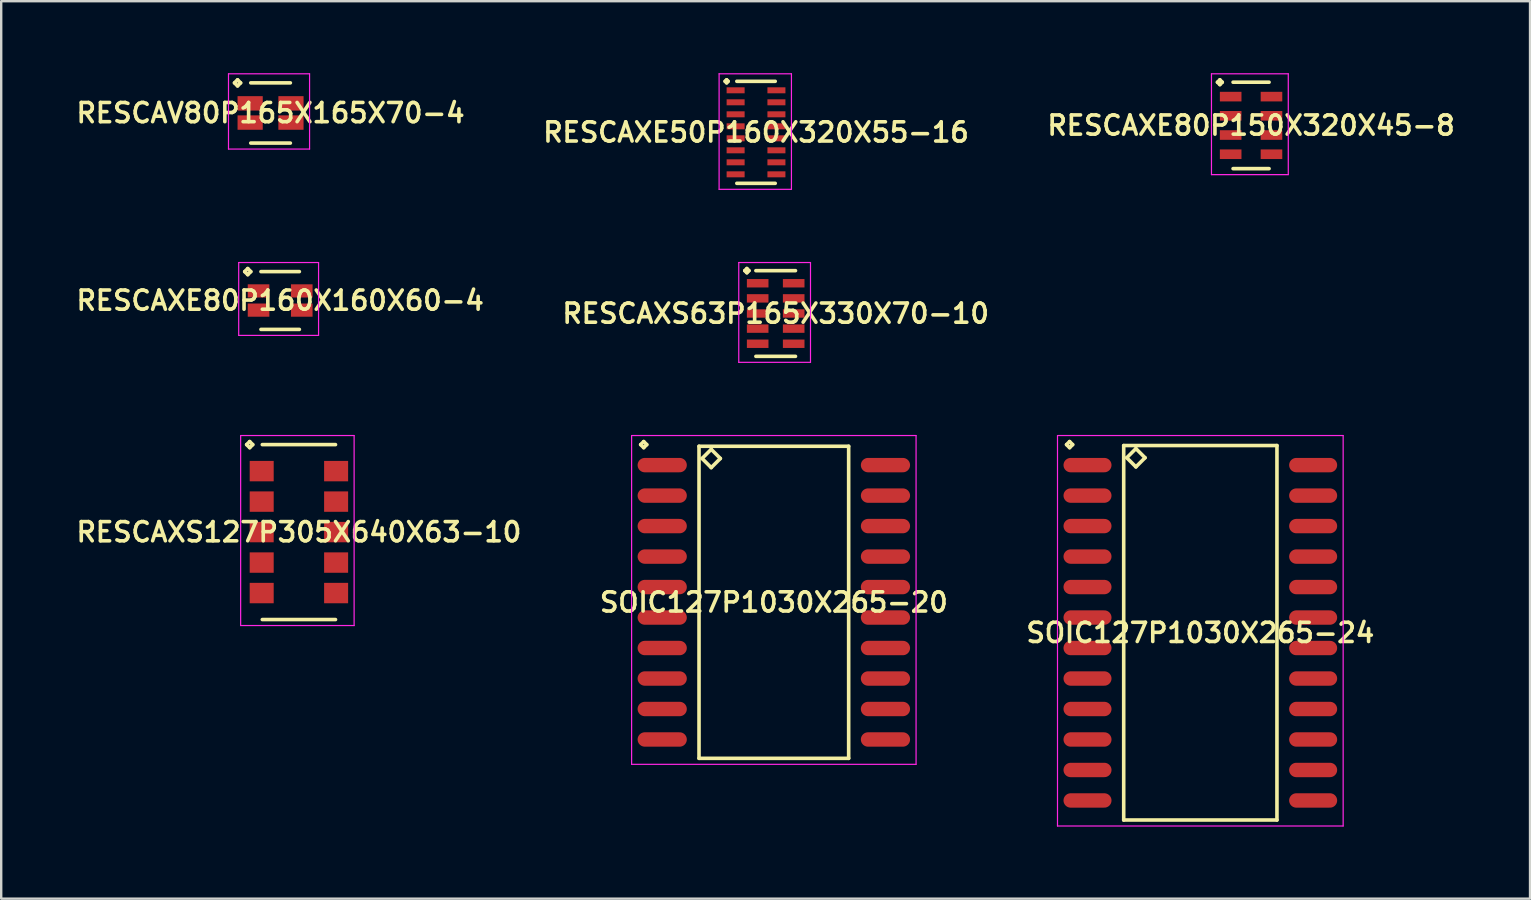
<source format=kicad_pcb>
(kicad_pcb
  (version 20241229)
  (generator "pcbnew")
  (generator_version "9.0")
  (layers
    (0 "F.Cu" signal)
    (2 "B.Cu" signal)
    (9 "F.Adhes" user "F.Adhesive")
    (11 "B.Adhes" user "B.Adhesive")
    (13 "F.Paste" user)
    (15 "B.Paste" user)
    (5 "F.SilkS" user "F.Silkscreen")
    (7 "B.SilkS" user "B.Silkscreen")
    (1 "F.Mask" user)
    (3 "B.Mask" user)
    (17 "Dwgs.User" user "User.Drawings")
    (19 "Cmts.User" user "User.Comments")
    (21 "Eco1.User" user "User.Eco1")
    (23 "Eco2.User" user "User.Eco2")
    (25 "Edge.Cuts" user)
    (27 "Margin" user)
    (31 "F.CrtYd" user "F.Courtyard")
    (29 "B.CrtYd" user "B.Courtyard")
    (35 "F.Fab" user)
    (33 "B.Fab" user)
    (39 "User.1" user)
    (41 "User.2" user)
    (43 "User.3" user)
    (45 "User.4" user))
  (footprint "RESCAXE80P150X320X45-8"
    (layer "F.Cu")
    (at 49.068 2.175)
    (property "Reference" "RESCAXE80P150X320X45-8" (at 0 0 0) (layer "F.SilkS") (effects (font (size 0.8 0.8) (thickness 0.15))))
    (attr smd)
    (fp_line (start -1.4 -1.8) (end -1.3 -1.9) (stroke (width 0.15) (type solid)) (layer "F.SilkS"))
    (fp_line (start -1.3 -1.9) (end -1.2 -1.8) (stroke (width 0.15) (type solid)) (layer "F.SilkS"))
    (fp_line (start -1.3 -1.7) (end -1.4 -1.8) (stroke (width 0.15) (type solid)) (layer "F.SilkS"))
    (fp_line (start -1.2 -1.8) (end -1.3 -1.7) (stroke (width 0.15) (type solid)) (layer "F.SilkS"))
    (fp_line (start -0.75 -1.8) (end 0.75 -1.8) (stroke (width 0.15) (type solid)) (layer "F.SilkS"))
    (fp_line (start -0.75 1.8) (end 0.75 1.8) (stroke (width 0.15) (type solid)) (layer "F.SilkS"))
    (fp_line (start -1.65 -2.15) (end 1.55 -2.15) (stroke (width 0.05) (type solid)) (layer "F.CrtYd"))
    (fp_line (start -1.65 2.05) (end -1.65 -2.15) (stroke (width 0.05) (type solid)) (layer "F.CrtYd"))
    (fp_line (start 1.55 -2.15) (end 1.55 2.05) (stroke (width 0.05) (type solid)) (layer "F.CrtYd"))
    (fp_line (start 1.55 2.05) (end -1.65 2.05) (stroke (width 0.05) (type solid)) (layer "F.CrtYd"))
    (pad "1" smd rect (at -0.85 -1.2) (size 0.9 0.4) (layers "F.Cu" "F.Mask" "F.Paste"))
    (pad "2" smd rect (at -0.85 -0.4) (size 0.9 0.4) (layers "F.Cu" "F.Mask" "F.Paste"))
    (pad "3" smd rect (at -0.85 0.4) (size 0.9 0.4) (layers "F.Cu" "F.Mask" "F.Paste"))
    (pad "4" smd rect (at -0.85 1.2) (size 0.9 0.4) (layers "F.Cu" "F.Mask" "F.Paste"))
    (pad "5" smd rect (at 0.85 1.2) (size 0.9 0.4) (layers "F.Cu" "F.Mask" "F.Paste"))
    (pad "6" smd rect (at 0.85 0.4) (size 0.9 0.4) (layers "F.Cu" "F.Mask" "F.Paste"))
    (pad "7" smd rect (at 0.85 -0.4) (size 0.9 0.4) (layers "F.Cu" "F.Mask" "F.Paste"))
    (pad "8" smd rect (at 0.85 -1.2) (size 0.9 0.4) (layers "F.Cu" "F.Mask" "F.Paste")))
  (footprint "RESCAXE80P160X160X60-4"
    (layer "F.Cu")
    (at 8.621 9.469)
    (property "Reference" "RESCAXE80P160X160X60-4" (at 0 0 0) (layer "F.SilkS") (effects (font (size 0.8 0.8) (thickness 0.15))))
    (attr smd)
    (fp_line (start -1.477 -1.204) (end -1.35 -1.331) (stroke (width 0.15) (type solid)) (layer "F.SilkS"))
    (fp_line (start -1.35 -1.331) (end -1.223 -1.204) (stroke (width 0.15) (type solid)) (layer "F.SilkS"))
    (fp_line (start -1.35 -1.077) (end -1.477 -1.204) (stroke (width 0.15) (type solid)) (layer "F.SilkS"))
    (fp_line (start -1.223 -1.204) (end -1.35 -1.077) (stroke (width 0.15) (type solid)) (layer "F.SilkS"))
    (fp_line (start -0.8 -1.204) (end 0.8 -1.204) (stroke (width 0.15) (type solid)) (layer "F.SilkS"))
    (fp_line (start -0.8 1.204) (end 0.8 1.204) (stroke (width 0.15) (type solid)) (layer "F.SilkS"))
    (fp_line (start -1.727 -1.581) (end 1.6 -1.581) (stroke (width 0.05) (type solid)) (layer "F.CrtYd"))
    (fp_line (start -1.727 1.454) (end -1.727 -1.581) (stroke (width 0.05) (type solid)) (layer "F.CrtYd"))
    (fp_line (start 1.6 -1.581) (end 1.6 1.454) (stroke (width 0.05) (type solid)) (layer "F.CrtYd"))
    (fp_line (start 1.6 1.454) (end -1.727 1.454) (stroke (width 0.05) (type solid)) (layer "F.CrtYd"))
    (pad "1" smd rect (at -0.9 -0.4) (size 0.9 0.55) (layers "F.Cu" "F.Mask" "F.Paste"))
    (pad "2" smd rect (at -0.9 0.4) (size 0.9 0.55) (layers "F.Cu" "F.Mask" "F.Paste"))
    (pad "3" smd rect (at 0.9 0.4) (size 0.9 0.55) (layers "F.Cu" "F.Mask" "F.Paste"))
    (pad "4" smd rect (at 0.9 -0.4) (size 0.9 0.55) (layers "F.Cu" "F.Mask" "F.Paste")))
  (footprint "RESCAXS127P305X640X63-10"
    (layer "F.Cu")
    (at 9.402 19.116)
    (property "Reference" "RESCAXS127P305X640X63-10" (at 0 0 0) (layer "F.SilkS") (effects (font (size 0.8 0.8) (thickness 0.15))))
    (attr smd)
    (fp_line (start -2.177 -3.644) (end -2.05 -3.771) (stroke (width 0.15) (type solid)) (layer "F.SilkS"))
    (fp_line (start -2.05 -3.771) (end -1.923 -3.644) (stroke (width 0.15) (type solid)) (layer "F.SilkS"))
    (fp_line (start -2.05 -3.517) (end -2.177 -3.644) (stroke (width 0.15) (type solid)) (layer "F.SilkS"))
    (fp_line (start -1.923 -3.644) (end -2.05 -3.517) (stroke (width 0.15) (type solid)) (layer "F.SilkS"))
    (fp_line (start -1.525 -3.644) (end 1.525 -3.644) (stroke (width 0.15) (type solid)) (layer "F.SilkS"))
    (fp_line (start -1.525 3.644) (end 1.525 3.644) (stroke (width 0.15) (type solid)) (layer "F.SilkS"))
    (fp_line (start -2.427 -4.021) (end 2.3 -4.021) (stroke (width 0.05) (type solid)) (layer "F.CrtYd"))
    (fp_line (start -2.427 3.894) (end -2.427 -4.021) (stroke (width 0.05) (type solid)) (layer "F.CrtYd"))
    (fp_line (start 2.3 -4.021) (end 2.3 3.894) (stroke (width 0.05) (type solid)) (layer "F.CrtYd"))
    (fp_line (start 2.3 3.894) (end -2.427 3.894) (stroke (width 0.05) (type solid)) (layer "F.CrtYd"))
    (pad "1" smd rect (at -1.55 -2.54) (size 1 0.85) (layers "F.Cu" "F.Mask" "F.Paste"))
    (pad "2" smd rect (at -1.55 -1.27) (size 1 0.85) (layers "F.Cu" "F.Mask" "F.Paste"))
    (pad "3" smd rect (at -1.55 0) (size 1 0.85) (layers "F.Cu" "F.Mask" "F.Paste"))
    (pad "4" smd rect (at -1.55 1.27) (size 1 0.85) (layers "F.Cu" "F.Mask" "F.Paste"))
    (pad "5" smd rect (at -1.55 2.54) (size 1 0.85) (layers "F.Cu" "F.Mask" "F.Paste"))
    (pad "6" smd rect (at 1.55 2.54) (size 1 0.85) (layers "F.Cu" "F.Mask" "F.Paste"))
    (pad "7" smd rect (at 1.55 1.27) (size 1 0.85) (layers "F.Cu" "F.Mask" "F.Paste"))
    (pad "8" smd rect (at 1.55 0) (size 1 0.85) (layers "F.Cu" "F.Mask" "F.Paste"))
    (pad "9" smd rect (at 1.55 -1.27) (size 1 0.85) (layers "F.Cu" "F.Mask" "F.Paste"))
    (pad "10" smd rect (at 1.55 -2.54) (size 1 0.85) (layers "F.Cu" "F.Mask" "F.Paste")))
  (footprint "SOIC127P1030X265-20"
    (layer "F.Cu")
    (at 29.187 22.041)
    (property "Reference" "SOIC127P1030X265-20" (at 0 0 0) (layer "F.SilkS") (effects (font (size 0.8 0.8) (thickness 0.15))))
    (attr smd)
    (fp_line (start -5.548 -6.569) (end -5.421 -6.696) (stroke (width 0.15) (type solid)) (layer "F.SilkS"))
    (fp_line (start -5.421 -6.696) (end -5.294 -6.569) (stroke (width 0.15) (type solid)) (layer "F.SilkS"))
    (fp_line (start -5.421 -6.442) (end -5.548 -6.569) (stroke (width 0.15) (type solid)) (layer "F.SilkS"))
    (fp_line (start -5.294 -6.569) (end -5.421 -6.442) (stroke (width 0.15) (type solid)) (layer "F.SilkS"))
    (fp_line (start -3.117 -6.5) (end -3.117 6.5) (stroke (width 0.15) (type solid)) (layer "F.SilkS"))
    (fp_line (start -3.117 6.5) (end 3.117 6.5) (stroke (width 0.15) (type solid)) (layer "F.SilkS"))
    (fp_line (start -2.99 -5.992) (end -2.609 -6.373) (stroke (width 0.15) (type solid)) (layer "F.SilkS"))
    (fp_line (start -2.609 -6.373) (end -2.228 -5.992) (stroke (width 0.15) (type solid)) (layer "F.SilkS"))
    (fp_line (start -2.609 -5.611) (end -2.99 -5.992) (stroke (width 0.15) (type solid)) (layer "F.SilkS"))
    (fp_line (start -2.228 -5.992) (end -2.609 -5.611) (stroke (width 0.15) (type solid)) (layer "F.SilkS"))
    (fp_line (start 3.117 -6.5) (end -3.117 -6.5) (stroke (width 0.15) (type solid)) (layer "F.SilkS"))
    (fp_line (start 3.117 6.5) (end 3.117 -6.5) (stroke (width 0.15) (type solid)) (layer "F.SilkS"))
    (fp_line (start -5.925 -6.946) (end 5.925 -6.946) (stroke (width 0.05) (type solid)) (layer "F.CrtYd"))
    (fp_line (start -5.925 6.75) (end -5.925 -6.946) (stroke (width 0.05) (type solid)) (layer "F.CrtYd"))
    (fp_line (start 5.925 -6.946) (end 5.925 6.75) (stroke (width 0.05) (type solid)) (layer "F.CrtYd"))
    (fp_line (start 5.925 6.75) (end -5.925 6.75) (stroke (width 0.05) (type solid)) (layer "F.CrtYd"))
    (pad "1" smd oval (at -4.65 -5.715) (size 2.05 0.6) (layers "F.Cu" "F.Mask" "F.Paste"))
    (pad "2" smd oval (at -4.65 -4.445) (size 2.05 0.6) (layers "F.Cu" "F.Mask" "F.Paste"))
    (pad "3" smd oval (at -4.65 -3.175) (size 2.05 0.6) (layers "F.Cu" "F.Mask" "F.Paste"))
    (pad "4" smd oval (at -4.65 -1.905) (size 2.05 0.6) (layers "F.Cu" "F.Mask" "F.Paste"))
    (pad "5" smd oval (at -4.65 -0.635) (size 2.05 0.6) (layers "F.Cu" "F.Mask" "F.Paste"))
    (pad "6" smd oval (at -4.65 0.635) (size 2.05 0.6) (layers "F.Cu" "F.Mask" "F.Paste"))
    (pad "7" smd oval (at -4.65 1.905) (size 2.05 0.6) (layers "F.Cu" "F.Mask" "F.Paste"))
    (pad "8" smd oval (at -4.65 3.175) (size 2.05 0.6) (layers "F.Cu" "F.Mask" "F.Paste"))
    (pad "9" smd oval (at -4.65 4.445) (size 2.05 0.6) (layers "F.Cu" "F.Mask" "F.Paste"))
    (pad "10" smd oval (at -4.65 5.715) (size 2.05 0.6) (layers "F.Cu" "F.Mask" "F.Paste"))
    (pad "11" smd oval (at 4.65 5.715) (size 2.05 0.6) (layers "F.Cu" "F.Mask" "F.Paste"))
    (pad "12" smd oval (at 4.65 4.445) (size 2.05 0.6) (layers "F.Cu" "F.Mask" "F.Paste"))
    (pad "13" smd oval (at 4.65 3.175) (size 2.05 0.6) (layers "F.Cu" "F.Mask" "F.Paste"))
    (pad "14" smd oval (at 4.65 1.905) (size 2.05 0.6) (layers "F.Cu" "F.Mask" "F.Paste"))
    (pad "15" smd oval (at 4.65 0.635) (size 2.05 0.6) (layers "F.Cu" "F.Mask" "F.Paste"))
    (pad "16" smd oval (at 4.65 -0.635) (size 2.05 0.6) (layers "F.Cu" "F.Mask" "F.Paste"))
    (pad "17" smd oval (at 4.65 -1.905) (size 2.05 0.6) (layers "F.Cu" "F.Mask" "F.Paste"))
    (pad "18" smd oval (at 4.65 -3.175) (size 2.05 0.6) (layers "F.Cu" "F.Mask" "F.Paste"))
    (pad "19" smd oval (at 4.65 -4.445) (size 2.05 0.6) (layers "F.Cu" "F.Mask" "F.Paste"))
    (pad "20" smd oval (at 4.65 -5.715) (size 2.05 0.6) (layers "F.Cu" "F.Mask" "F.Paste")))
  (footprint "RESCAV80P165X165X70-4"
    (layer "F.Cu")
    (at 8.221 1.656)
    (property "Reference" "RESCAV80P165X165X70-4" (at 0 0 0) (layer "F.SilkS") (effects (font (size 0.8 0.8) (thickness 0.15))))
    (attr smd)
    (fp_line (start -1.502 -1.254) (end -1.375 -1.381) (stroke (width 0.15) (type solid)) (layer "F.SilkS"))
    (fp_line (start -1.375 -1.381) (end -1.248 -1.254) (stroke (width 0.15) (type solid)) (layer "F.SilkS"))
    (fp_line (start -1.375 -1.127) (end -1.502 -1.254) (stroke (width 0.15) (type solid)) (layer "F.SilkS"))
    (fp_line (start -1.248 -1.254) (end -1.375 -1.127) (stroke (width 0.15) (type solid)) (layer "F.SilkS"))
    (fp_line (start -0.825 -1.254) (end 0.825 -1.254) (stroke (width 0.15) (type solid)) (layer "F.SilkS"))
    (fp_line (start -0.825 1.254) (end 0.825 1.254) (stroke (width 0.15) (type solid)) (layer "F.SilkS"))
    (fp_line (start -1.752 -1.631) (end 1.625 -1.631) (stroke (width 0.05) (type solid)) (layer "F.CrtYd"))
    (fp_line (start -1.752 1.504) (end -1.752 -1.631) (stroke (width 0.05) (type solid)) (layer "F.CrtYd"))
    (fp_line (start 1.625 -1.631) (end 1.625 1.504) (stroke (width 0.05) (type solid)) (layer "F.CrtYd"))
    (fp_line (start 1.625 1.504) (end -1.752 1.504) (stroke (width 0.05) (type solid)) (layer "F.CrtYd"))
    (pad "1" smd rect (at -0.85 -0.4) (size 1.05 0.6) (layers "F.Cu" "F.Mask" "F.Paste"))
    (pad "2" smd rect (at -0.85 0.4) (size 1.05 0.6) (layers "F.Cu" "F.Mask" "F.Paste"))
    (pad "3" smd rect (at 0.85 0.4) (size 1.05 0.6) (layers "F.Cu" "F.Mask" "F.Paste"))
    (pad "4" smd rect (at 0.85 -0.4) (size 1.05 0.6) (layers "F.Cu" "F.Mask" "F.Paste")))
  (footprint "RESCAXS63P165X330X70-10"
    (layer "F.Cu")
    (at 29.264 10.01)
    (property "Reference" "RESCAXS63P165X330X70-10" (at 0 0 0) (layer "F.SilkS") (effects (font (size 0.8 0.8) (thickness 0.15))))
    (attr smd)
    (fp_line (start -1.288 -1.785) (end -1.2 -1.873) (stroke (width 0.15) (type solid)) (layer "F.SilkS"))
    (fp_line (start -1.2 -1.873) (end -1.113 -1.785) (stroke (width 0.15) (type solid)) (layer "F.SilkS"))
    (fp_line (start -1.2 -1.698) (end -1.288 -1.785) (stroke (width 0.15) (type solid)) (layer "F.SilkS"))
    (fp_line (start -1.113 -1.785) (end -1.2 -1.698) (stroke (width 0.15) (type solid)) (layer "F.SilkS"))
    (fp_line (start -0.825 -1.785) (end 0.825 -1.785) (stroke (width 0.15) (type solid)) (layer "F.SilkS"))
    (fp_line (start -0.825 1.785) (end 0.825 1.785) (stroke (width 0.15) (type solid)) (layer "F.SilkS"))
    (fp_line (start -1.538 -2.123) (end 1.45 -2.123) (stroke (width 0.05) (type solid)) (layer "F.CrtYd"))
    (fp_line (start -1.538 2.035) (end -1.538 -2.123) (stroke (width 0.05) (type solid)) (layer "F.CrtYd"))
    (fp_line (start 1.45 -2.123) (end 1.45 2.035) (stroke (width 0.05) (type solid)) (layer "F.CrtYd"))
    (fp_line (start 1.45 2.035) (end -1.538 2.035) (stroke (width 0.05) (type solid)) (layer "F.CrtYd"))
    (pad "1" smd rect (at -0.75 -1.26) (size 0.9 0.35) (layers "F.Cu" "F.Mask" "F.Paste"))
    (pad "2" smd rect (at -0.75 -0.63) (size 0.9 0.35) (layers "F.Cu" "F.Mask" "F.Paste"))
    (pad "3" smd rect (at -0.75 0) (size 0.9 0.35) (layers "F.Cu" "F.Mask" "F.Paste"))
    (pad "4" smd rect (at -0.75 0.63) (size 0.9 0.35) (layers "F.Cu" "F.Mask" "F.Paste"))
    (pad "5" smd rect (at -0.75 1.26) (size 0.9 0.35) (layers "F.Cu" "F.Mask" "F.Paste"))
    (pad "6" smd rect (at 0.75 1.26) (size 0.9 0.35) (layers "F.Cu" "F.Mask" "F.Paste"))
    (pad "7" smd rect (at 0.75 0.63) (size 0.9 0.35) (layers "F.Cu" "F.Mask" "F.Paste"))
    (pad "8" smd rect (at 0.75 0) (size 0.9 0.35) (layers "F.Cu" "F.Mask" "F.Paste"))
    (pad "9" smd rect (at 0.75 -0.63) (size 0.9 0.35) (layers "F.Cu" "F.Mask" "F.Paste"))
    (pad "10" smd rect (at 0.75 -1.26) (size 0.9 0.35) (layers "F.Cu" "F.Mask" "F.Paste")))
  (footprint "SOIC127P1030X265-24"
    (layer "F.Cu")
    (at 46.954 23.311)
    (property "Reference" "SOIC127P1030X265-24" (at 0 0 0) (layer "F.SilkS") (effects (font (size 0.8 0.8) (thickness 0.15))))
    (attr smd)
    (fp_line (start -5.573 -7.839) (end -5.446 -7.966) (stroke (width 0.15) (type solid)) (layer "F.SilkS"))
    (fp_line (start -5.446 -7.966) (end -5.319 -7.839) (stroke (width 0.15) (type solid)) (layer "F.SilkS"))
    (fp_line (start -5.446 -7.712) (end -5.573 -7.839) (stroke (width 0.15) (type solid)) (layer "F.SilkS"))
    (fp_line (start -5.319 -7.839) (end -5.446 -7.712) (stroke (width 0.15) (type solid)) (layer "F.SilkS"))
    (fp_line (start -3.192 -7.8) (end -3.192 7.8) (stroke (width 0.15) (type solid)) (layer "F.SilkS"))
    (fp_line (start -3.192 7.8) (end 3.192 7.8) (stroke (width 0.15) (type solid)) (layer "F.SilkS"))
    (fp_line (start -3.065 -7.292) (end -2.684 -7.673) (stroke (width 0.15) (type solid)) (layer "F.SilkS"))
    (fp_line (start -2.684 -7.673) (end -2.303 -7.292) (stroke (width 0.15) (type solid)) (layer "F.SilkS"))
    (fp_line (start -2.684 -6.911) (end -3.065 -7.292) (stroke (width 0.15) (type solid)) (layer "F.SilkS"))
    (fp_line (start -2.303 -7.292) (end -2.684 -6.911) (stroke (width 0.15) (type solid)) (layer "F.SilkS"))
    (fp_line (start 3.192 -7.8) (end -3.192 -7.8) (stroke (width 0.15) (type solid)) (layer "F.SilkS"))
    (fp_line (start 3.192 7.8) (end 3.192 -7.8) (stroke (width 0.15) (type solid)) (layer "F.SilkS"))
    (fp_line (start -5.95 -8.216) (end 5.95 -8.216) (stroke (width 0.05) (type solid)) (layer "F.CrtYd"))
    (fp_line (start -5.95 8.05) (end -5.95 -8.216) (stroke (width 0.05) (type solid)) (layer "F.CrtYd"))
    (fp_line (start 5.95 -8.216) (end 5.95 8.05) (stroke (width 0.05) (type solid)) (layer "F.CrtYd"))
    (fp_line (start 5.95 8.05) (end -5.95 8.05) (stroke (width 0.05) (type solid)) (layer "F.CrtYd"))
    (pad "1" smd oval (at -4.7 -6.985) (size 2 0.6) (layers "F.Cu" "F.Mask" "F.Paste"))
    (pad "2" smd oval (at -4.7 -5.715) (size 2 0.6) (layers "F.Cu" "F.Mask" "F.Paste"))
    (pad "3" smd oval (at -4.7 -4.445) (size 2 0.6) (layers "F.Cu" "F.Mask" "F.Paste"))
    (pad "4" smd oval (at -4.7 -3.175) (size 2 0.6) (layers "F.Cu" "F.Mask" "F.Paste"))
    (pad "5" smd oval (at -4.7 -1.905) (size 2 0.6) (layers "F.Cu" "F.Mask" "F.Paste"))
    (pad "6" smd oval (at -4.7 -0.635) (size 2 0.6) (layers "F.Cu" "F.Mask" "F.Paste"))
    (pad "7" smd oval (at -4.7 0.635) (size 2 0.6) (layers "F.Cu" "F.Mask" "F.Paste"))
    (pad "8" smd oval (at -4.7 1.905) (size 2 0.6) (layers "F.Cu" "F.Mask" "F.Paste"))
    (pad "9" smd oval (at -4.7 3.175) (size 2 0.6) (layers "F.Cu" "F.Mask" "F.Paste"))
    (pad "10" smd oval (at -4.7 4.445) (size 2 0.6) (layers "F.Cu" "F.Mask" "F.Paste"))
    (pad "11" smd oval (at -4.7 5.715) (size 2 0.6) (layers "F.Cu" "F.Mask" "F.Paste"))
    (pad "12" smd oval (at -4.7 6.985) (size 2 0.6) (layers "F.Cu" "F.Mask" "F.Paste"))
    (pad "13" smd oval (at 4.7 6.985) (size 2 0.6) (layers "F.Cu" "F.Mask" "F.Paste"))
    (pad "14" smd oval (at 4.7 5.715) (size 2 0.6) (layers "F.Cu" "F.Mask" "F.Paste"))
    (pad "15" smd oval (at 4.7 4.445) (size 2 0.6) (layers "F.Cu" "F.Mask" "F.Paste"))
    (pad "16" smd oval (at 4.7 3.175) (size 2 0.6) (layers "F.Cu" "F.Mask" "F.Paste"))
    (pad "17" smd oval (at 4.7 1.905) (size 2 0.6) (layers "F.Cu" "F.Mask" "F.Paste"))
    (pad "18" smd oval (at 4.7 0.635) (size 2 0.6) (layers "F.Cu" "F.Mask" "F.Paste"))
    (pad "19" smd oval (at 4.7 -0.635) (size 2 0.6) (layers "F.Cu" "F.Mask" "F.Paste"))
    (pad "20" smd oval (at 4.7 -1.905) (size 2 0.6) (layers "F.Cu" "F.Mask" "F.Paste"))
    (pad "21" smd oval (at 4.7 -3.175) (size 2 0.6) (layers "F.Cu" "F.Mask" "F.Paste"))
    (pad "22" smd oval (at 4.7 -4.445) (size 2 0.6) (layers "F.Cu" "F.Mask" "F.Paste"))
    (pad "23" smd oval (at 4.7 -5.715) (size 2 0.6) (layers "F.Cu" "F.Mask" "F.Paste"))
    (pad "24" smd oval (at 4.7 -6.985) (size 2 0.6) (layers "F.Cu" "F.Mask" "F.Paste")))
  (footprint "RESCAXE50P160X320X55-16"
    (layer "F.Cu")
    (at 28.445 2.462)
    (property "Reference" "RESCAXE50P160X320X55-16" (at 0 0 0) (layer "F.SilkS") (effects (font (size 0.8 0.8) (thickness 0.15))))
    (attr smd)
    (fp_line (start -1.288 -2.125) (end -1.225 -2.188) (stroke (width 0.15) (type solid)) (layer "F.SilkS"))
    (fp_line (start -1.225 -2.188) (end -1.163 -2.125) (stroke (width 0.15) (type solid)) (layer "F.SilkS"))
    (fp_line (start -1.225 -2.062) (end -1.288 -2.125) (stroke (width 0.15) (type solid)) (layer "F.SilkS"))
    (fp_line (start -1.163 -2.125) (end -1.225 -2.062) (stroke (width 0.15) (type solid)) (layer "F.SilkS"))
    (fp_line (start -0.8 -2.125) (end 0.8 -2.125) (stroke (width 0.15) (type solid)) (layer "F.SilkS"))
    (fp_line (start -0.8 2.125) (end 0.8 2.125) (stroke (width 0.15) (type solid)) (layer "F.SilkS"))
    (fp_line (start -1.538 -2.438) (end 1.475 -2.438) (stroke (width 0.05) (type solid)) (layer "F.CrtYd"))
    (fp_line (start -1.538 2.375) (end -1.538 -2.438) (stroke (width 0.05) (type solid)) (layer "F.CrtYd"))
    (fp_line (start 1.475 -2.438) (end 1.475 2.375) (stroke (width 0.05) (type solid)) (layer "F.CrtYd"))
    (fp_line (start 1.475 2.375) (end -1.538 2.375) (stroke (width 0.05) (type solid)) (layer "F.CrtYd"))
    (pad "1" smd rect (at -0.85 -1.75) (size 0.75 0.25) (layers "F.Cu" "F.Mask" "F.Paste"))
    (pad "2" smd rect (at -0.85 -1.25) (size 0.75 0.25) (layers "F.Cu" "F.Mask" "F.Paste"))
    (pad "3" smd rect (at -0.85 -0.75) (size 0.75 0.25) (layers "F.Cu" "F.Mask" "F.Paste"))
    (pad "4" smd rect (at -0.85 -0.25) (size 0.75 0.25) (layers "F.Cu" "F.Mask" "F.Paste"))
    (pad "5" smd rect (at -0.85 0.25) (size 0.75 0.25) (layers "F.Cu" "F.Mask" "F.Paste"))
    (pad "6" smd rect (at -0.85 0.75) (size 0.75 0.25) (layers "F.Cu" "F.Mask" "F.Paste"))
    (pad "7" smd rect (at -0.85 1.25) (size 0.75 0.25) (layers "F.Cu" "F.Mask" "F.Paste"))
    (pad "8" smd rect (at -0.85 1.75) (size 0.75 0.25) (layers "F.Cu" "F.Mask" "F.Paste"))
    (pad "9" smd rect (at 0.85 1.75) (size 0.75 0.25) (layers "F.Cu" "F.Mask" "F.Paste"))
    (pad "10" smd rect (at 0.85 1.25) (size 0.75 0.25) (layers "F.Cu" "F.Mask" "F.Paste"))
    (pad "11" smd rect (at 0.85 0.75) (size 0.75 0.25) (layers "F.Cu" "F.Mask" "F.Paste"))
    (pad "12" smd rect (at 0.85 0.25) (size 0.75 0.25) (layers "F.Cu" "F.Mask" "F.Paste"))
    (pad "13" smd rect (at 0.85 -0.25) (size 0.75 0.25) (layers "F.Cu" "F.Mask" "F.Paste"))
    (pad "14" smd rect (at 0.85 -0.75) (size 0.75 0.25) (layers "F.Cu" "F.Mask" "F.Paste"))
    (pad "15" smd rect (at 0.85 -1.25) (size 0.75 0.25) (layers "F.Cu" "F.Mask" "F.Paste"))
    (pad "16" smd rect (at 0.85 -1.75) (size 0.75 0.25) (layers "F.Cu" "F.Mask" "F.Paste")))
  (gr_rect
    (start -3 -3)
    (end 60.689 34.386)
    (stroke (width 0.1) (type default))
    (fill no)
    (layer "Edge.Cuts")))
</source>
